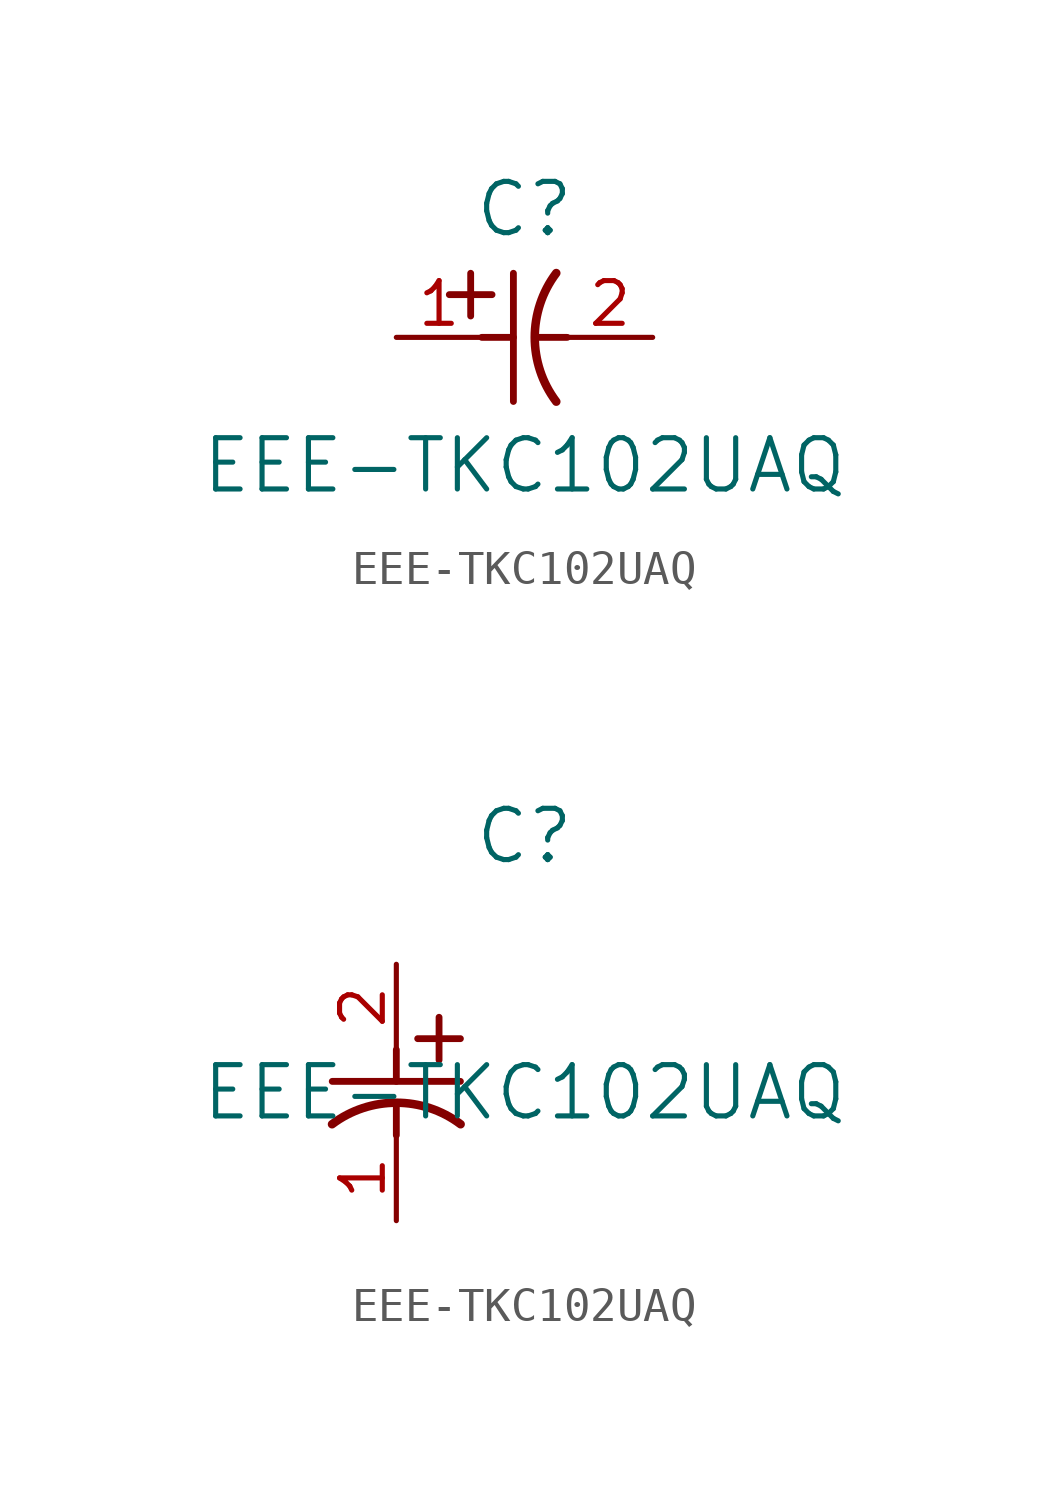
<source format=kicad_sym>
(kicad_symbol_lib
  (version 20211014)
  (generator kicad_symbol_editor)
  (symbol "EEE-TKC102UAQ"
    (pin_names
      (offset 0.254))
    (property "Reference" "C"
      (at 3.81 3.81 0)
      (effects (font (size 1.524 1.524))))
    (property "Value" "EEE-TKC102UAQ"
      (at 3.81 -3.81 0)
      (effects (font (size 1.524 1.524))))
    (symbol "EEE-TKC102UAQ_1_1"
      (polyline (pts (xy 2.21 0.635) (xy 2.21 1.905)) (stroke (width 0.203) (type default) (color 0 0 0 0)) (fill (type none)))
      (arc (start 4.754132 1.910763) (mid 4.1148 0) (end 4.754132 -1.910763) (stroke (width 0.254) (type default) (color 0 0 0 0)) (fill (type none)))
      (polyline (pts (xy 4.115 0) (xy 5.08 0)) (stroke (width 0.203) (type default) (color 0 0 0 0)) (fill (type none)))
      (polyline (pts (xy 3.48 -1.905) (xy 3.48 1.905)) (stroke (width 0.203) (type default) (color 0 0 0 0)) (fill (type none)))
      (polyline (pts (xy 1.575 1.27) (xy 2.845 1.27)) (stroke (width 0.203) (type default) (color 0 0 0 0)) (fill (type none)))
      (polyline (pts (xy 2.54 0) (xy 3.48 0)) (stroke (width 0.203) (type default) (color 0 0 0 0)) (fill (type none)))
      (pin unspecified line (at 0 0 0) (length 2.54) (name "" (effects (font (size 1.27 1.27)))) (number "1" (effects (font (size 1.27 1.27)))))
      (pin unspecified line (at 7.62 0 180) (length 2.54) (name "" (effects (font (size 1.27 1.27)))) (number "2" (effects (font (size 1.27 1.27))))))
    (symbol "EEE-TKC102UAQ_1_2"
      (polyline (pts (xy 0 -2.54) (xy 0 -3.48)) (stroke (width 0.203) (type default) (color 0 0 0 0)) (fill (type none)))
      (arc (start 1.910763 -4.754132) (mid 0 -4.1148) (end -1.910763 -4.754132) (stroke (width 0.254) (type default) (color 0 0 0 0)) (fill (type none)))
      (polyline (pts (xy -1.905 -3.48) (xy 1.905 -3.48)) (stroke (width 0.203) (type default) (color 0 0 0 0)) (fill (type none)))
      (polyline (pts (xy 0.635 -2.21) (xy 1.905 -2.21)) (stroke (width 0.203) (type default) (color 0 0 0 0)) (fill (type none)))
      (polyline (pts (xy 1.27 -1.575) (xy 1.27 -2.845)) (stroke (width 0.203) (type default) (color 0 0 0 0)) (fill (type none)))
      (polyline (pts (xy 0 -4.115) (xy 0 -5.08)) (stroke (width 0.203) (type default) (color 0 0 0 0)) (fill (type none)))
      (pin unspecified line (at 0 -7.62 90) (length 2.54) (name "" (effects (font (size 1.27 1.27)))) (number "1" (effects (font (size 1.27 1.27)))))
      (pin unspecified line (at 0 0 270) (length 2.54) (name "" (effects (font (size 1.27 1.27)))) (number "2" (effects (font (size 1.27 1.27))))))))
</source>
